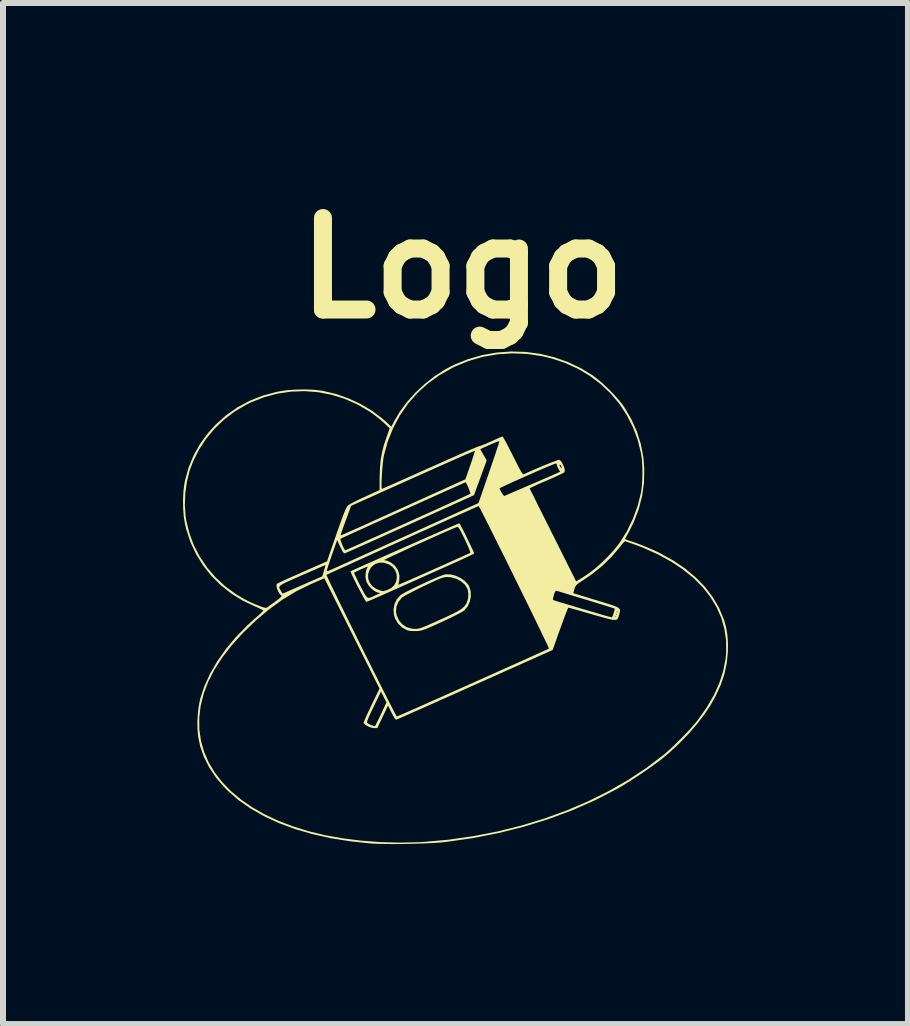
<source format=kicad_pcb>
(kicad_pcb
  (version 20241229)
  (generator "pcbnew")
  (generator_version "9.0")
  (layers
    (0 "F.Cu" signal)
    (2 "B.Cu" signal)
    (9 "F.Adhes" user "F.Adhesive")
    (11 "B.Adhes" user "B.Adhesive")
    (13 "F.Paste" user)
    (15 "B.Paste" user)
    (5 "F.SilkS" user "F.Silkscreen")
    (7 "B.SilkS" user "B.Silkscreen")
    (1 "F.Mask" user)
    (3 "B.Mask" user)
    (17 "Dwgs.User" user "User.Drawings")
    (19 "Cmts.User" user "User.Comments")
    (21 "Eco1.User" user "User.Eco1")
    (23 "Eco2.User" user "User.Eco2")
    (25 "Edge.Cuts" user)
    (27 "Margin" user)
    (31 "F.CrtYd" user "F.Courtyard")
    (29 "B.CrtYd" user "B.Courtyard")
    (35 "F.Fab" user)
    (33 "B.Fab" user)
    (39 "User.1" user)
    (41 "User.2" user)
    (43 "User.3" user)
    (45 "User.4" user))
  (footprint "Logo"
    (layer "F.Cu")
    (at 4.674 6.898)
    (property "Reference" "Logo" (at -0.02 -5.48 0) (layer "F.SilkS") (effects (font (size 1.524 1.524) (thickness 0.3))))
    (attr board_only exclude_from_pos_files exclude_from_bom)
    (fp_poly (pts (xy -0.216 -0.376) (xy -0.131 -0.355) (xy -0.049 -0.317) (xy 0.022 -0.267) (xy 0.077 -0.207) (xy 0.097 -0.171) (xy 0.12 -0.091) (xy 0.121 -0.004) (xy 0.103 0.082) (xy 0.066 0.161) (xy 0.012 0.224) (xy 0.007 0.228) (xy -0.019 0.245) (xy -0.066 0.271) (xy -0.13 0.304) (xy -0.207 0.342) (xy -0.293 0.383) (xy -0.366 0.417) (xy -0.465 0.462) (xy -0.543 0.497) (xy -0.604 0.523) (xy -0.651 0.541) (xy -0.688 0.554) (xy -0.72 0.561) (xy -0.749 0.566) (xy -0.78 0.568) (xy -0.792 0.568) (xy -0.852 0.568) (xy -0.905 0.563) (xy -0.936 0.556) (xy -1.024 0.508) (xy -1.093 0.441) (xy -1.141 0.358) (xy -1.16 0.294) (xy -1.164 0.245) (xy -1.125 0.245) (xy -1.114 0.304) (xy -1.076 0.39) (xy -1.019 0.457) (xy -0.945 0.504) (xy -0.858 0.528) (xy -0.812 0.532) (xy -0.786 0.531) (xy -0.76 0.528) (xy -0.73 0.521) (xy -0.694 0.51) (xy -0.648 0.492) (xy -0.588 0.467) (xy -0.511 0.433) (xy -0.413 0.389) (xy -0.396 0.381) (xy -0.283 0.33) (xy -0.192 0.287) (xy -0.12 0.25) (xy -0.065 0.219) (xy -0.023 0.19) (xy 0.007 0.163) (xy 0.031 0.134) (xy 0.049 0.103) (xy 0.056 0.089) (xy 0.076 0.023) (xy 0.081 -0.051) (xy 0.07 -0.12) (xy 0.063 -0.14) (xy 0.022 -0.205) (xy -0.039 -0.26) (xy -0.115 -0.302) (xy -0.2 -0.327) (xy -0.266 -0.333) (xy -0.293 -0.332) (xy -0.319 -0.328) (xy -0.348 -0.321) (xy -0.384 -0.309) (xy -0.43 -0.29) (xy -0.49 -0.263) (xy -0.566 -0.227) (xy -0.664 -0.181) (xy -0.669 -0.179) (xy -0.758 -0.135) (xy -0.84 -0.094) (xy -0.912 -0.057) (xy -0.97 -0.025) (xy -1.011 -0.001) (xy -1.028 0.011) (xy -1.085 0.082) (xy -1.118 0.16) (xy -1.125 0.245) (xy -1.164 0.245) (xy -1.166 0.203) (xy -1.149 0.115) (xy -1.111 0.037) (xy -1.054 -0.028) (xy -1.046 -0.034) (xy -1.014 -0.054) (xy -0.962 -0.083) (xy -0.895 -0.117) (xy -0.816 -0.156) (xy -0.731 -0.197) (xy -0.643 -0.237) (xy -0.556 -0.277) (xy -0.475 -0.312) (xy -0.404 -0.342) (xy -0.347 -0.364) (xy -0.309 -0.376) (xy -0.299 -0.378)) (stroke (width 0) (type solid)) (fill yes) (layer "F.SilkS"))
    (fp_poly (pts (xy -0.062 -1.217) (xy -0.044 -1.185) (xy -0.019 -1.137) (xy 0.011 -1.078) (xy 0.044 -1.013) (xy 0.077 -0.944) (xy 0.109 -0.878) (xy 0.137 -0.819) (xy 0.16 -0.771) (xy 0.174 -0.738) (xy 0.177 -0.725) (xy 0.165 -0.718) (xy 0.131 -0.7) (xy 0.078 -0.675) (xy 0.008 -0.642) (xy -0.076 -0.603) (xy -0.171 -0.561) (xy -0.263 -0.519) (xy -0.381 -0.467) (xy -0.506 -0.411) (xy -0.631 -0.355) (xy -0.751 -0.301) (xy -0.86 -0.252) (xy -0.952 -0.211) (xy -0.983 -0.197) (xy -1.133 -0.13) (xy -1.265 -0.071) (xy -1.378 -0.021) (xy -1.471 0.02) (xy -1.543 0.051) (xy -1.592 0.071) (xy -1.618 0.081) (xy -1.621 0.082) (xy -1.63 0.07) (xy -1.649 0.038) (xy -1.677 -0.012) (xy -1.711 -0.075) (xy -1.749 -0.148) (xy -1.761 -0.169) (xy -1.799 -0.245) (xy -1.832 -0.312) (xy -1.859 -0.367) (xy -1.876 -0.406) (xy -1.823 -0.406) (xy -1.82 -0.392) (xy -1.805 -0.358) (xy -1.781 -0.308) (xy -1.751 -0.246) (xy -1.719 -0.185) (xy -1.679 -0.107) (xy -1.648 -0.051) (xy -1.624 -0.013) (xy -1.603 0.008) (xy -1.581 0.015) (xy -1.554 0.01) (xy -1.519 -0.004) (xy -1.472 -0.026) (xy -1.471 -0.027) (xy -1.387 -0.065) (xy -1.432 -0.075) (xy -1.479 -0.096) (xy -1.529 -0.135) (xy -1.575 -0.184) (xy -1.61 -0.238) (xy -1.624 -0.273) (xy -1.634 -0.337) (xy -1.632 -0.379) (xy -1.59 -0.379) (xy -1.589 -0.307) (xy -1.564 -0.24) (xy -1.52 -0.181) (xy -1.457 -0.136) (xy -1.385 -0.108) (xy -1.357 -0.101) (xy -1.343 -0.097) (xy -1.343 -0.097) (xy -1.331 -0.1) (xy -1.3 -0.108) (xy -1.273 -0.116) (xy -1.205 -0.149) (xy -1.155 -0.197) (xy -1.123 -0.256) (xy -1.111 -0.322) (xy -1.117 -0.388) (xy -1.143 -0.451) (xy -1.188 -0.506) (xy -1.245 -0.544) (xy -1.326 -0.571) (xy -1.403 -0.572) (xy -1.472 -0.55) (xy -1.53 -0.505) (xy -1.567 -0.45) (xy -1.59 -0.379) (xy -1.632 -0.379) (xy -1.63 -0.404) (xy -1.616 -0.463) (xy -1.604 -0.486) (xy -1.596 -0.5) (xy -1.6 -0.505) (xy -1.617 -0.501) (xy -1.652 -0.486) (xy -1.7 -0.465) (xy -1.751 -0.442) (xy -1.793 -0.422) (xy -1.818 -0.409) (xy -1.823 -0.406) (xy -1.876 -0.406) (xy -1.876 -0.406) (xy -1.884 -0.426) (xy -1.884 -0.427) (xy -1.87 -0.434) (xy -1.834 -0.451) (xy -1.777 -0.476) (xy -1.703 -0.51) (xy -1.614 -0.55) (xy -1.512 -0.595) (xy -1.469 -0.614) (xy -1.324 -0.614) (xy -1.27 -0.603) (xy -1.21 -0.574) (xy -1.156 -0.534) (xy -1.137 -0.514) (xy -1.09 -0.441) (xy -1.068 -0.359) (xy -1.071 -0.273) (xy -1.077 -0.249) (xy -1.084 -0.219) (xy -1.083 -0.205) (xy -1.082 -0.205) (xy -1.068 -0.21) (xy -1.032 -0.226) (xy -0.976 -0.25) (xy -0.902 -0.282) (xy -0.814 -0.321) (xy -0.712 -0.366) (xy -0.601 -0.415) (xy -0.486 -0.466) (xy -0.367 -0.519) (xy -0.256 -0.569) (xy -0.154 -0.615) (xy -0.066 -0.654) (xy 0.008 -0.688) (xy 0.064 -0.713) (xy 0.1 -0.73) (xy 0.113 -0.737) (xy 0.111 -0.751) (xy 0.098 -0.786) (xy 0.077 -0.837) (xy 0.049 -0.901) (xy 0.021 -0.961) (xy -0.018 -1.04) (xy -0.047 -1.098) (xy -0.069 -1.136) (xy -0.085 -1.159) (xy -0.098 -1.168) (xy -0.106 -1.168) (xy -0.134 -1.157) (xy -0.181 -1.138) (xy -0.245 -1.11) (xy -0.323 -1.076) (xy -0.412 -1.037) (xy -0.509 -0.993) (xy -0.612 -0.947) (xy -0.718 -0.899) (xy -0.823 -0.852) (xy -0.925 -0.805) (xy -1.022 -0.76) (xy -1.11 -0.719) (xy -1.186 -0.684) (xy -1.249 -0.654) (xy -1.294 -0.631) (xy -1.32 -0.618) (xy -1.324 -0.614) (xy -1.469 -0.614) (xy -1.399 -0.645) (xy -1.278 -0.699) (xy -1.152 -0.755) (xy -1.022 -0.812) (xy -0.891 -0.87) (xy -0.762 -0.927) (xy -0.637 -0.982) (xy -0.519 -1.034) (xy -0.409 -1.082) (xy -0.311 -1.125) (xy -0.226 -1.162) (xy -0.157 -1.192) (xy -0.107 -1.214) (xy -0.077 -1.226) (xy -0.07 -1.228)) (stroke (width 0) (type solid)) (fill yes) (layer "F.SilkS"))
    (fp_poly (pts (xy 1.035 -4.084) (xy 1.276 -4.052) (xy 1.513 -3.995) (xy 1.742 -3.914) (xy 1.964 -3.808) (xy 2.15 -3.694) (xy 2.228 -3.635) (xy 2.316 -3.561) (xy 2.407 -3.476) (xy 2.495 -3.386) (xy 2.576 -3.297) (xy 2.643 -3.215) (xy 2.677 -3.166) (xy 2.796 -2.964) (xy 2.888 -2.759) (xy 2.955 -2.548) (xy 2.997 -2.33) (xy 3.012 -2.143) (xy 3.008 -1.913) (xy 2.977 -1.686) (xy 2.919 -1.462) (xy 2.836 -1.245) (xy 2.76 -1.092) (xy 2.732 -1.041) (xy 2.709 -1) (xy 2.695 -0.974) (xy 2.692 -0.968) (xy 2.701 -0.96) (xy 2.73 -0.948) (xy 2.753 -0.941) (xy 2.813 -0.922) (xy 2.89 -0.895) (xy 2.978 -0.861) (xy 3.07 -0.823) (xy 3.159 -0.785) (xy 3.238 -0.749) (xy 3.274 -0.731) (xy 3.494 -0.609) (xy 3.693 -0.474) (xy 3.869 -0.327) (xy 4.022 -0.17) (xy 4.15 -0.002) (xy 4.255 0.175) (xy 4.333 0.361) (xy 4.34 0.379) (xy 4.374 0.498) (xy 4.395 0.618) (xy 4.406 0.745) (xy 4.406 0.889) (xy 4.405 0.913) (xy 4.387 1.099) (xy 4.348 1.281) (xy 4.287 1.463) (xy 4.202 1.649) (xy 4.121 1.794) (xy 4.017 1.952) (xy 3.892 2.116) (xy 3.749 2.281) (xy 3.593 2.442) (xy 3.428 2.595) (xy 3.31 2.694) (xy 3.225 2.759) (xy 3.123 2.833) (xy 3.009 2.912) (xy 2.89 2.992) (xy 2.772 3.069) (xy 2.661 3.138) (xy 2.564 3.195) (xy 2.553 3.201) (xy 2.191 3.387) (xy 1.812 3.554) (xy 1.416 3.701) (xy 1.006 3.828) (xy 0.583 3.934) (xy 0.149 4.019) (xy -0.294 4.082) (xy -0.355 4.089) (xy -0.432 4.095) (xy -0.53 4.101) (xy -0.645 4.106) (xy -0.772 4.11) (xy -0.905 4.114) (xy -1.039 4.116) (xy -1.17 4.117) (xy -1.293 4.116) (xy -1.402 4.114) (xy -1.492 4.111) (xy -1.542 4.108) (xy -1.887 4.071) (xy -2.214 4.019) (xy -2.522 3.95) (xy -2.81 3.867) (xy -3.078 3.767) (xy -3.324 3.653) (xy -3.55 3.524) (xy -3.754 3.381) (xy -3.934 3.223) (xy -3.979 3.178) (xy -4.121 3.015) (xy -4.236 2.844) (xy -4.326 2.667) (xy -4.39 2.483) (xy -4.423 2.322) (xy -4.433 2.206) (xy -4.435 2.076) (xy -4.431 2.013) (xy -4.404 2.013) (xy -4.402 2.21) (xy -4.374 2.401) (xy -4.321 2.585) (xy -4.244 2.761) (xy -4.143 2.928) (xy -4.019 3.087) (xy -3.873 3.237) (xy -3.706 3.376) (xy -3.519 3.505) (xy -3.312 3.623) (xy -3.086 3.729) (xy -2.842 3.822) (xy -2.581 3.903) (xy -2.303 3.97) (xy -2.009 4.022) (xy -1.713 4.059) (xy -1.385 4.084) (xy -1.07 4.093) (xy -0.758 4.086) (xy -0.662 4.081) (xy -0.247 4.044) (xy 0.163 3.985) (xy 0.567 3.907) (xy 0.962 3.809) (xy 1.347 3.692) (xy 1.72 3.556) (xy 2.079 3.403) (xy 2.422 3.233) (xy 2.747 3.046) (xy 3.053 2.844) (xy 3.337 2.627) (xy 3.337 2.627) (xy 3.413 2.562) (xy 3.498 2.483) (xy 3.588 2.395) (xy 3.678 2.304) (xy 3.763 2.214) (xy 3.838 2.13) (xy 3.899 2.057) (xy 3.912 2.04) (xy 4.056 1.834) (xy 4.174 1.631) (xy 4.264 1.429) (xy 4.328 1.229) (xy 4.367 1.029) (xy 4.376 0.921) (xy 4.375 0.722) (xy 4.346 0.529) (xy 4.293 0.343) (xy 4.214 0.165) (xy 4.11 -0.005) (xy 3.982 -0.166) (xy 3.831 -0.317) (xy 3.656 -0.459) (xy 3.459 -0.59) (xy 3.239 -0.71) (xy 2.998 -0.818) (xy 2.849 -0.875) (xy 2.789 -0.896) (xy 2.739 -0.913) (xy 2.703 -0.925) (xy 2.689 -0.928) (xy 2.676 -0.918) (xy 2.651 -0.89) (xy 2.619 -0.851) (xy 2.602 -0.829) (xy 2.467 -0.669) (xy 2.309 -0.516) (xy 2.133 -0.375) (xy 1.995 -0.281) (xy 1.94 -0.245) (xy 1.902 -0.218) (xy 1.878 -0.195) (xy 1.863 -0.171) (xy 1.851 -0.141) (xy 1.849 -0.134) (xy 1.837 -0.096) (xy 1.831 -0.07) (xy 1.831 -0.063) (xy 1.845 -0.058) (xy 1.881 -0.047) (xy 1.938 -0.03) (xy 2.01 -0.008) (xy 2.095 0.018) (xy 2.19 0.047) (xy 2.215 0.054) (xy 2.329 0.089) (xy 2.42 0.117) (xy 2.489 0.14) (xy 2.54 0.159) (xy 2.575 0.177) (xy 2.596 0.194) (xy 2.606 0.213) (xy 2.607 0.235) (xy 2.602 0.261) (xy 2.593 0.293) (xy 2.593 0.293) (xy 2.584 0.325) (xy 2.575 0.351) (xy 2.563 0.369) (xy 2.546 0.379) (xy 2.52 0.383) (xy 2.482 0.38) (xy 2.43 0.369) (xy 2.361 0.351) (xy 2.271 0.326) (xy 2.159 0.294) (xy 2.14 0.288) (xy 2.042 0.26) (xy 1.952 0.234) (xy 1.875 0.212) (xy 1.812 0.195) (xy 1.769 0.183) (xy 1.747 0.177) (xy 1.746 0.177) (xy 1.739 0.19) (xy 1.725 0.224) (xy 1.704 0.278) (xy 1.677 0.348) (xy 1.647 0.431) (xy 1.614 0.522) (xy 1.611 0.53) (xy 1.485 0.883) (xy 0.194 1.46) (xy 0.017 1.539) (xy -0.154 1.616) (xy -0.316 1.688) (xy -0.468 1.756) (xy -0.608 1.818) (xy -0.735 1.875) (xy -0.847 1.924) (xy -0.941 1.966) (xy -1.018 2) (xy -1.074 2.024) (xy -1.108 2.039) (xy -1.118 2.043) (xy -1.133 2.038) (xy -1.152 2.015) (xy -1.178 1.97) (xy -1.199 1.929) (xy -1.258 1.81) (xy -1.348 1.997) (xy -1.437 2.184) (xy -1.492 2.184) (xy -1.534 2.178) (xy -1.58 2.162) (xy -1.622 2.14) (xy -1.653 2.116) (xy -1.665 2.094) (xy -1.665 2.094) (xy -1.663 2.088) (xy -1.608 2.088) (xy -1.604 2.099) (xy -1.604 2.099) (xy -1.584 2.113) (xy -1.549 2.13) (xy -1.51 2.146) (xy -1.48 2.155) (xy -1.477 2.156) (xy -1.47 2.144) (xy -1.454 2.112) (xy -1.43 2.064) (xy -1.4 2.003) (xy -1.378 1.957) (xy -1.284 1.758) (xy -1.33 1.667) (xy -1.376 1.576) (xy -1.498 1.829) (xy -1.541 1.917) (xy -1.572 1.985) (xy -1.592 2.034) (xy -1.604 2.067) (xy -1.608 2.088) (xy -1.663 2.088) (xy -1.659 2.077) (xy -1.643 2.038) (xy -1.619 1.983) (xy -1.587 1.915) (xy -1.55 1.837) (xy -1.533 1.8) (xy -1.4 1.526) (xy -1.86 0.607) (xy -2.319 -0.312) (xy -2.551 -0.211) (xy -2.785 -0.096) (xy -3.014 0.042) (xy -3.239 0.205) (xy -3.462 0.393) (xy -3.679 0.602) (xy -3.863 0.805) (xy -4.019 1.006) (xy -4.149 1.207) (xy -4.253 1.409) (xy -4.329 1.61) (xy -4.38 1.812) (xy -4.404 2.013) (xy -4.431 2.013) (xy -4.427 1.942) (xy -4.412 1.814) (xy -4.389 1.702) (xy -4.389 1.699) (xy -4.32 1.49) (xy -4.225 1.281) (xy -4.105 1.073) (xy -3.961 0.869) (xy -3.795 0.67) (xy -3.607 0.477) (xy -3.474 0.356) (xy -3.423 0.312) (xy -3.381 0.273) (xy -3.351 0.243) (xy -3.337 0.227) (xy -3.337 0.225) (xy -3.349 0.215) (xy -3.381 0.198) (xy -3.429 0.176) (xy -3.475 0.157) (xy -3.681 0.06) (xy -3.872 -0.059) (xy -4.046 -0.197) (xy -4.203 -0.353) (xy -4.34 -0.526) (xy -4.456 -0.713) (xy -4.55 -0.914) (xy -4.62 -1.125) (xy -4.642 -1.218) (xy -4.662 -1.34) (xy -4.672 -1.478) (xy -4.673 -1.535) (xy -4.644 -1.535) (xy -4.631 -1.346) (xy -4.62 -1.276) (xy -4.569 -1.065) (xy -4.493 -0.862) (xy -4.393 -0.669) (xy -4.271 -0.489) (xy -4.129 -0.324) (xy -3.967 -0.175) (xy -3.787 -0.044) (xy -3.65 0.036) (xy -3.584 0.07) (xy -3.514 0.103) (xy -3.445 0.132) (xy -3.383 0.156) (xy -3.332 0.173) (xy -3.296 0.181) (xy -3.283 0.18) (xy -3.267 0.169) (xy -3.234 0.146) (xy -3.189 0.113) (xy -3.142 0.08) (xy -3.085 0.037) (xy -3.05 0.007) (xy -3.033 -0.012) (xy -3.034 -0.022) (xy -3.035 -0.023) (xy -3.062 -0.048) (xy -3.086 -0.087) (xy -3.105 -0.132) (xy -3.113 -0.164) (xy -3.07 -0.164) (xy -3.068 -0.147) (xy -3.059 -0.128) (xy -3.045 -0.106) (xy -3.042 -0.099) (xy -3.015 -0.056) (xy -2.944 -0.087) (xy -2.909 -0.102) (xy -2.855 -0.126) (xy -2.786 -0.156) (xy -2.707 -0.19) (xy -2.624 -0.226) (xy -2.614 -0.231) (xy -2.354 -0.344) (xy -2.347 -0.368) (xy -2.284 -0.368) (xy -2.279 -0.355) (xy -2.263 -0.32) (xy -2.237 -0.264) (xy -2.202 -0.19) (xy -2.158 -0.1) (xy -2.107 0.005) (xy -2.05 0.121) (xy -1.988 0.248) (xy -1.922 0.383) (xy -1.852 0.524) (xy -1.78 0.669) (xy -1.708 0.815) (xy -1.635 0.962) (xy -1.562 1.107) (xy -1.492 1.248) (xy -1.425 1.382) (xy -1.361 1.509) (xy -1.303 1.625) (xy -1.25 1.729) (xy -1.204 1.818) (xy -1.167 1.891) (xy -1.138 1.946) (xy -1.119 1.981) (xy -1.111 1.993) (xy -1.111 1.993) (xy -1.098 1.987) (xy -1.061 1.971) (xy -1.003 1.946) (xy -0.925 1.911) (xy -0.829 1.869) (xy -0.716 1.819) (xy -0.588 1.762) (xy -0.447 1.699) (xy -0.295 1.632) (xy -0.133 1.559) (xy 0.038 1.483) (xy 0.155 1.431) (xy 0.33 1.353) (xy 0.498 1.277) (xy 0.657 1.206) (xy 0.806 1.139) (xy 0.943 1.078) (xy 1.066 1.023) (xy 1.174 0.974) (xy 1.264 0.933) (xy 1.336 0.9) (xy 1.387 0.877) (xy 1.417 0.863) (xy 1.423 0.86) (xy 1.418 0.847) (xy 1.403 0.812) (xy 1.377 0.756) (xy 1.341 0.682) (xy 1.298 0.592) (xy 1.247 0.487) (xy 1.191 0.37) (xy 1.129 0.243) (xy 1.063 0.108) (xy 1.028 0.038) (xy 1.49 0.038) (xy 1.492 0.049) (xy 1.506 0.055) (xy 1.542 0.066) (xy 1.598 0.084) (xy 1.669 0.105) (xy 1.753 0.13) (xy 1.845 0.158) (xy 1.942 0.187) (xy 2.04 0.216) (xy 2.136 0.244) (xy 2.227 0.271) (xy 2.308 0.295) (xy 2.377 0.315) (xy 2.43 0.329) (xy 2.462 0.338) (xy 2.471 0.34) (xy 2.479 0.329) (xy 2.483 0.321) (xy 2.525 0.321) (xy 2.532 0.328) (xy 2.539 0.321) (xy 2.532 0.314) (xy 2.525 0.321) (xy 2.483 0.321) (xy 2.492 0.299) (xy 2.496 0.287) (xy 2.539 0.287) (xy 2.544 0.298) (xy 2.548 0.296) (xy 2.549 0.28) (xy 2.548 0.278) (xy 2.54 0.279) (xy 2.539 0.287) (xy 2.496 0.287) (xy 2.502 0.27) (xy 2.509 0.246) (xy 2.552 0.246) (xy 2.557 0.257) (xy 2.561 0.255) (xy 2.563 0.239) (xy 2.561 0.237) (xy 2.553 0.238) (xy 2.552 0.246) (xy 2.509 0.246) (xy 2.513 0.23) (xy 2.519 0.202) (xy 2.519 0.194) (xy 2.505 0.189) (xy 2.468 0.177) (xy 2.41 0.159) (xy 2.336 0.135) (xy 2.247 0.108) (xy 2.148 0.078) (xy 2.052 0.048) (xy 1.943 0.016) (xy 1.842 -0.015) (xy 1.752 -0.042) (xy 1.675 -0.066) (xy 1.615 -0.084) (xy 1.576 -0.096) (xy 1.56 -0.101) (xy 1.543 -0.104) (xy 1.53 -0.094) (xy 1.517 -0.067) (xy 1.507 -0.035) (xy 1.495 0.007) (xy 1.49 0.038) (xy 1.028 0.038) (xy 0.993 -0.033) (xy 0.922 -0.179) (xy 0.849 -0.326) (xy 0.777 -0.473) (xy 0.705 -0.619) (xy 0.635 -0.76) (xy 0.567 -0.895) (xy 0.504 -1.023) (xy 0.445 -1.14) (xy 0.393 -1.245) (xy 0.347 -1.335) (xy 0.309 -1.41) (xy 0.28 -1.466) (xy 0.26 -1.501) (xy 0.252 -1.515) (xy 0.252 -1.515) (xy 0.238 -1.509) (xy 0.202 -1.494) (xy 0.145 -1.468) (xy 0.069 -1.434) (xy -0.024 -1.393) (xy -0.132 -1.345) (xy -0.252 -1.291) (xy -0.383 -1.232) (xy -0.522 -1.169) (xy -0.668 -1.103) (xy -0.819 -1.035) (xy -0.972 -0.965) (xy -1.126 -0.896) (xy -1.279 -0.827) (xy -1.428 -0.759) (xy -1.571 -0.694) (xy -1.707 -0.632) (xy -1.834 -0.575) (xy -1.949 -0.522) (xy -2.05 -0.476) (xy -2.136 -0.437) (xy -2.204 -0.406) (xy -2.252 -0.383) (xy -2.279 -0.371) (xy -2.284 -0.368) (xy -2.347 -0.368) (xy -2.325 -0.438) (xy -2.325 -0.441) (xy -2.279 -0.441) (xy -2.27 -0.43) (xy -2.256 -0.433) (xy -2.24 -0.44) (xy -2.201 -0.457) (xy -2.141 -0.484) (xy -2.061 -0.52) (xy -1.963 -0.564) (xy -1.849 -0.616) (xy -1.72 -0.674) (xy -1.579 -0.738) (xy -1.426 -0.807) (xy -1.263 -0.881) (xy -1.093 -0.958) (xy -0.991 -1.004) (xy 0.249 -1.565) (xy 0.334 -1.81) (xy 0.601 -1.81) (xy 0.607 -1.79) (xy 0.623 -1.759) (xy 0.643 -1.726) (xy 0.663 -1.698) (xy 0.677 -1.684) (xy 0.68 -1.684) (xy 0.694 -1.69) (xy 0.731 -1.706) (xy 0.786 -1.73) (xy 0.858 -1.761) (xy 0.943 -1.797) (xy 1.038 -1.838) (xy 1.112 -1.87) (xy 1.215 -1.914) (xy 1.31 -1.955) (xy 1.396 -1.992) (xy 1.468 -2.023) (xy 1.524 -2.048) (xy 1.561 -2.064) (xy 1.573 -2.07) (xy 1.61 -2.089) (xy 1.583 -2.133) (xy 1.565 -2.168) (xy 1.556 -2.198) (xy 1.556 -2.201) (xy 1.554 -2.207) (xy 1.601 -2.207) (xy 1.602 -2.191) (xy 1.611 -2.17) (xy 1.625 -2.15) (xy 1.633 -2.147) (xy 1.633 -2.163) (xy 1.624 -2.184) (xy 1.61 -2.204) (xy 1.601 -2.207) (xy 1.554 -2.207) (xy 1.548 -2.221) (xy 1.539 -2.225) (xy 1.521 -2.219) (xy 1.483 -2.205) (xy 1.427 -2.181) (xy 1.356 -2.152) (xy 1.275 -2.117) (xy 1.186 -2.078) (xy 1.094 -2.037) (xy 1 -1.996) (xy 0.909 -1.955) (xy 0.823 -1.917) (xy 0.747 -1.882) (xy 0.683 -1.852) (xy 0.636 -1.829) (xy 0.607 -1.814) (xy 0.601 -1.81) (xy 0.334 -1.81) (xy 0.425 -2.075) (xy 0.464 -2.188) (xy 0.499 -2.292) (xy 0.531 -2.385) (xy 0.557 -2.465) (xy 0.578 -2.528) (xy 0.591 -2.572) (xy 0.597 -2.594) (xy 0.597 -2.595) (xy 0.584 -2.594) (xy 0.551 -2.583) (xy 0.503 -2.564) (xy 0.445 -2.539) (xy 0.436 -2.535) (xy 0.278 -2.464) (xy 0.332 -2.37) (xy 0.386 -2.277) (xy 0.175 -1.697) (xy -0.891 -1.215) (xy -1.053 -1.142) (xy -1.207 -1.073) (xy -1.352 -1.007) (xy -1.487 -0.946) (xy -1.609 -0.891) (xy -1.718 -0.843) (xy -1.81 -0.802) (xy -1.884 -0.769) (xy -1.938 -0.745) (xy -1.971 -0.731) (xy -1.98 -0.727) (xy -1.994 -0.732) (xy -2.012 -0.754) (xy -2.036 -0.797) (xy -2.054 -0.835) (xy -2.106 -0.949) (xy -2.192 -0.703) (xy -2.219 -0.625) (xy -2.242 -0.556) (xy -2.261 -0.499) (xy -2.274 -0.459) (xy -2.279 -0.441) (xy -2.279 -0.441) (xy -2.325 -0.441) (xy -2.312 -0.484) (xy -2.303 -0.517) (xy -2.301 -0.532) (xy -2.301 -0.532) (xy -2.314 -0.527) (xy -2.35 -0.512) (xy -2.404 -0.489) (xy -2.473 -0.458) (xy -2.556 -0.422) (xy -2.648 -0.382) (xy -2.692 -0.363) (xy -2.803 -0.314) (xy -2.891 -0.275) (xy -2.959 -0.244) (xy -3.009 -0.219) (xy -3.042 -0.198) (xy -3.062 -0.181) (xy -3.07 -0.164) (xy -3.113 -0.164) (xy -3.116 -0.175) (xy -3.115 -0.209) (xy -3.108 -0.22) (xy -3.092 -0.229) (xy -3.054 -0.248) (xy -2.997 -0.274) (xy -2.924 -0.308) (xy -2.838 -0.346) (xy -2.743 -0.388) (xy -2.683 -0.415) (xy -2.275 -0.594) (xy -2.145 -0.969) (xy -2.051 -0.969) (xy -2.05 -0.954) (xy -2.041 -0.922) (xy -2.025 -0.882) (xy -2.007 -0.839) (xy -1.989 -0.803) (xy -1.976 -0.781) (xy -1.971 -0.778) (xy -1.958 -0.783) (xy -1.921 -0.799) (xy -1.864 -0.825) (xy -1.787 -0.859) (xy -1.693 -0.901) (xy -1.583 -0.951) (xy -1.459 -1.006) (xy -1.323 -1.067) (xy -1.177 -1.133) (xy -1.023 -1.202) (xy -0.931 -1.244) (xy -0.772 -1.316) (xy -0.621 -1.384) (xy -0.479 -1.448) (xy -0.348 -1.508) (xy -0.229 -1.562) (xy -0.125 -1.609) (xy -0.038 -1.649) (xy 0.031 -1.681) (xy 0.081 -1.704) (xy 0.108 -1.717) (xy 0.113 -1.719) (xy 0.112 -1.734) (xy 0.102 -1.766) (xy 0.087 -1.807) (xy 0.069 -1.85) (xy 0.051 -1.885) (xy 0.038 -1.907) (xy 0.033 -1.911) (xy 0.019 -1.905) (xy -0.017 -1.89) (xy -0.073 -1.865) (xy -0.148 -1.831) (xy -0.239 -1.791) (xy -0.343 -1.744) (xy -0.459 -1.692) (xy -0.584 -1.636) (xy -0.716 -1.576) (xy -0.852 -1.515) (xy -0.992 -1.452) (xy -1.131 -1.389) (xy -1.269 -1.326) (xy -1.402 -1.266) (xy -1.529 -1.209) (xy -1.647 -1.155) (xy -1.755 -1.106) (xy -1.849 -1.063) (xy -1.928 -1.027) (xy -1.989 -0.999) (xy -2.03 -0.979) (xy -2.05 -0.97) (xy -2.051 -0.969) (xy -2.145 -0.969) (xy -2.123 -1.032) (xy -2.048 -1.032) (xy -2.048 -1.03) (xy -2.046 -1.029) (xy -2.04 -1.03) (xy -2.03 -1.033) (xy -2.013 -1.04) (xy -1.988 -1.05) (xy -1.953 -1.065) (xy -1.908 -1.086) (xy -1.849 -1.112) (xy -1.776 -1.144) (xy -1.687 -1.184) (xy -1.581 -1.232) (xy -1.456 -1.289) (xy -1.311 -1.354) (xy -1.143 -1.43) (xy -0.984 -1.502) (xy 0.031 -1.961) (xy 0.113 -2.196) (xy 0.139 -2.271) (xy 0.16 -2.337) (xy 0.177 -2.389) (xy 0.187 -2.424) (xy 0.189 -2.436) (xy 0.176 -2.432) (xy 0.14 -2.417) (xy 0.082 -2.392) (xy 0.006 -2.359) (xy -0.088 -2.318) (xy -0.198 -2.269) (xy -0.322 -2.214) (xy -0.457 -2.154) (xy -0.603 -2.089) (xy -0.757 -2.02) (xy -0.845 -1.981) (xy -1.873 -1.519) (xy -1.96 -1.282) (xy -1.988 -1.206) (xy -2.012 -1.139) (xy -2.031 -1.086) (xy -2.043 -1.049) (xy -2.047 -1.034) (xy -2.048 -1.032) (xy -2.123 -1.032) (xy -2.122 -1.037) (xy -2.074 -1.172) (xy -2.035 -1.282) (xy -2.002 -1.37) (xy -1.975 -1.436) (xy -1.954 -1.483) (xy -1.939 -1.511) (xy -1.933 -1.518) (xy -1.907 -1.538) (xy -1.858 -1.566) (xy -1.79 -1.601) (xy -1.705 -1.642) (xy -1.648 -1.668) (xy -1.399 -1.781) (xy -1.399 -1.846) (xy -1.366 -1.846) (xy -1.364 -1.812) (xy -1.36 -1.802) (xy -1.346 -1.807) (xy -1.309 -1.823) (xy -1.252 -1.848) (xy -1.177 -1.881) (xy -1.085 -1.922) (xy -0.978 -1.969) (xy -0.86 -2.022) (xy -0.731 -2.08) (xy -0.595 -2.141) (xy -0.56 -2.156) (xy -0.421 -2.218) (xy -0.289 -2.277) (xy -0.167 -2.331) (xy -0.056 -2.38) (xy 0.042 -2.423) (xy 0.124 -2.458) (xy 0.188 -2.485) (xy 0.233 -2.503) (xy 0.255 -2.511) (xy 0.256 -2.511) (xy 0.277 -2.517) (xy 0.318 -2.532) (xy 0.373 -2.554) (xy 0.437 -2.582) (xy 0.461 -2.593) (xy 0.525 -2.622) (xy 0.581 -2.647) (xy 0.623 -2.665) (xy 0.648 -2.674) (xy 0.651 -2.675) (xy 0.66 -2.663) (xy 0.679 -2.63) (xy 0.707 -2.579) (xy 0.742 -2.513) (xy 0.781 -2.436) (xy 0.823 -2.354) (xy 0.872 -2.256) (xy 0.911 -2.18) (xy 0.94 -2.124) (xy 0.963 -2.085) (xy 0.98 -2.06) (xy 0.992 -2.047) (xy 1.002 -2.044) (xy 1.007 -2.045) (xy 1.05 -2.067) (xy 1.108 -2.093) (xy 1.177 -2.123) (xy 1.252 -2.155) (xy 1.33 -2.188) (xy 1.405 -2.218) (xy 1.473 -2.245) (xy 1.53 -2.266) (xy 1.572 -2.281) (xy 1.594 -2.287) (xy 1.596 -2.286) (xy 1.621 -2.267) (xy 1.646 -2.23) (xy 1.668 -2.184) (xy 1.683 -2.137) (xy 1.687 -2.097) (xy 1.682 -2.079) (xy 1.667 -2.069) (xy 1.63 -2.05) (xy 1.576 -2.025) (xy 1.507 -1.993) (xy 1.429 -1.959) (xy 1.385 -1.94) (xy 1.303 -1.905) (xy 1.231 -1.873) (xy 1.172 -1.845) (xy 1.128 -1.825) (xy 1.105 -1.812) (xy 1.102 -1.809) (xy 1.108 -1.796) (xy 1.126 -1.76) (xy 1.154 -1.705) (xy 1.191 -1.631) (xy 1.236 -1.54) (xy 1.288 -1.436) (xy 1.346 -1.32) (xy 1.409 -1.195) (xy 1.475 -1.061) (xy 1.491 -1.031) (xy 1.876 -0.261) (xy 1.942 -0.299) (xy 1.983 -0.324) (xy 2.037 -0.36) (xy 2.095 -0.4) (xy 2.12 -0.418) (xy 2.205 -0.485) (xy 2.298 -0.568) (xy 2.393 -0.661) (xy 2.483 -0.757) (xy 2.56 -0.849) (xy 2.604 -0.907) (xy 2.724 -1.099) (xy 2.824 -1.307) (xy 2.903 -1.524) (xy 2.957 -1.74) (xy 2.97 -1.836) (xy 2.978 -1.95) (xy 2.981 -2.072) (xy 2.978 -2.194) (xy 2.97 -2.307) (xy 2.957 -2.395) (xy 2.901 -2.621) (xy 2.82 -2.835) (xy 2.717 -3.036) (xy 2.593 -3.223) (xy 2.448 -3.394) (xy 2.284 -3.549) (xy 2.103 -3.685) (xy 1.906 -3.803) (xy 1.693 -3.9) (xy 1.466 -3.975) (xy 1.312 -4.012) (xy 1.062 -4.05) (xy 0.812 -4.06) (xy 0.566 -4.044) (xy 0.323 -4.002) (xy 0.085 -3.933) (xy -0.146 -3.838) (xy -0.184 -3.819) (xy -0.398 -3.698) (xy -0.594 -3.557) (xy -0.769 -3.398) (xy -0.925 -3.221) (xy -1.059 -3.027) (xy -1.171 -2.818) (xy -1.261 -2.595) (xy -1.324 -2.368) (xy -1.333 -2.322) (xy -1.341 -2.261) (xy -1.348 -2.19) (xy -1.355 -2.113) (xy -1.36 -2.036) (xy -1.364 -1.962) (xy -1.366 -1.897) (xy -1.366 -1.846) (xy -1.399 -1.846) (xy -1.398 -2.006) (xy -1.393 -2.152) (xy -1.381 -2.281) (xy -1.36 -2.404) (xy -1.328 -2.529) (xy -1.284 -2.661) (xy -1.231 -2.811) (xy -1.33 -2.905) (xy -1.384 -2.953) (xy -1.452 -3.007) (xy -1.522 -3.06) (xy -1.564 -3.089) (xy -1.767 -3.207) (xy -1.978 -3.301) (xy -2.196 -3.369) (xy -2.419 -3.412) (xy -2.645 -3.43) (xy -2.872 -3.422) (xy -3.098 -3.389) (xy -3.32 -3.33) (xy -3.537 -3.245) (xy -3.631 -3.199) (xy -3.819 -3.087) (xy -3.992 -2.954) (xy -4.15 -2.803) (xy -4.289 -2.636) (xy -4.408 -2.455) (xy -4.504 -2.264) (xy -4.564 -2.105) (xy -4.609 -1.923) (xy -4.636 -1.73) (xy -4.644 -1.535) (xy -4.673 -1.535) (xy -4.674 -1.622) (xy -4.667 -1.763) (xy -4.651 -1.891) (xy -4.643 -1.934) (xy -4.583 -2.153) (xy -4.498 -2.359) (xy -4.389 -2.552) (xy -4.256 -2.734) (xy -4.129 -2.874) (xy -3.956 -3.028) (xy -3.768 -3.16) (xy -3.565 -3.269) (xy -3.348 -3.355) (xy -3.115 -3.418) (xy -3.1 -3.421) (xy -2.959 -3.444) (xy -2.804 -3.456) (xy -2.644 -3.459) (xy -2.488 -3.453) (xy -2.348 -3.436) (xy -2.341 -3.434) (xy -2.127 -3.384) (xy -1.917 -3.31) (xy -1.714 -3.216) (xy -1.524 -3.103) (xy -1.352 -2.973) (xy -1.301 -2.928) (xy -1.202 -2.838) (xy -1.162 -2.918) (xy -1.065 -3.084) (xy -0.944 -3.247) (xy -0.804 -3.403) (xy -0.649 -3.548) (xy -0.481 -3.68) (xy -0.306 -3.792) (xy -0.164 -3.867) (xy 0.068 -3.961) (xy 0.306 -4.03) (xy 0.548 -4.073) (xy 0.792 -4.091)) (stroke (width 0) (type solid)) (fill yes) (layer "F.SilkS")))
  (gr_rect
    (start -3 -3)
    (end 12.08 14.015)
    (stroke (width 0.1) (type default))
    (fill no)
    (layer "Edge.Cuts")))
</source>
